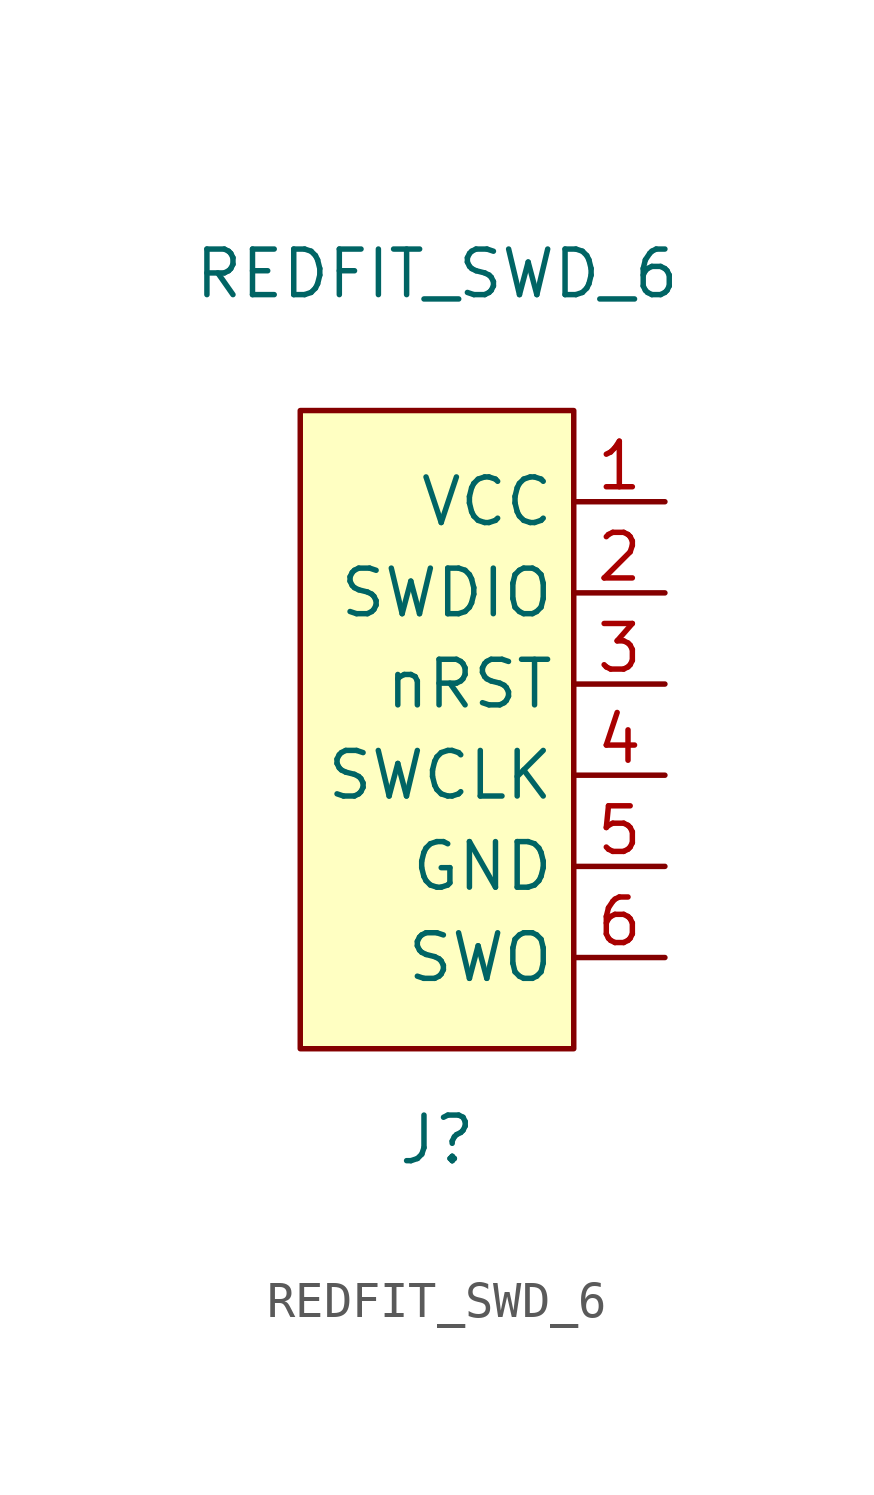
<source format=kicad_sym>
(kicad_symbol_lib
  (version 20211014)
  (generator kicad_symbol_editor)
  (symbol "REDFIT_SWD_6"
    (property "Reference" "J"
      (at 0 -17.78 0)
      (effects (font (size 1.27 1.27))))
    (property "Value" "REDFIT_SWD_6"
      (at 0 6.35 0)
      (effects (font (size 1.27 1.27))))
    (symbol "REDFIT_SWD_6_0_1"
      (rectangle (start 3.81 2.54) (end -3.81 -15.24) (stroke (width 0) (type default) (color 0 0 0 0)) (fill (type background))))
    (symbol "REDFIT_SWD_6_1_1"
      (pin passive line (at 6.35 0 180) (length 2.54) (name "VCC" (effects (font (size 1.27 1.27)))) (number "1" (effects (font (size 1.27 1.27)))))
      (pin bidirectional line (at 6.35 -2.54 180) (length 2.54) (name "SWDIO" (effects (font (size 1.27 1.27)))) (number "2" (effects (font (size 1.27 1.27)))))
      (pin bidirectional line (at 6.35 -5.08 180) (length 2.54) (name "nRST" (effects (font (size 1.27 1.27)))) (number "3" (effects (font (size 1.27 1.27)))))
      (pin bidirectional line (at 6.35 -7.62 180) (length 2.54) (name "SWCLK" (effects (font (size 1.27 1.27)))) (number "4" (effects (font (size 1.27 1.27)))))
      (pin power_in line (at 6.35 -10.16 180) (length 2.54) (name "GND" (effects (font (size 1.27 1.27)))) (number "5" (effects (font (size 1.27 1.27)))))
      (pin bidirectional line (at 6.35 -12.7 180) (length 2.54) (name "SWO" (effects (font (size 1.27 1.27)))) (number "6" (effects (font (size 1.27 1.27))))))))
</source>
